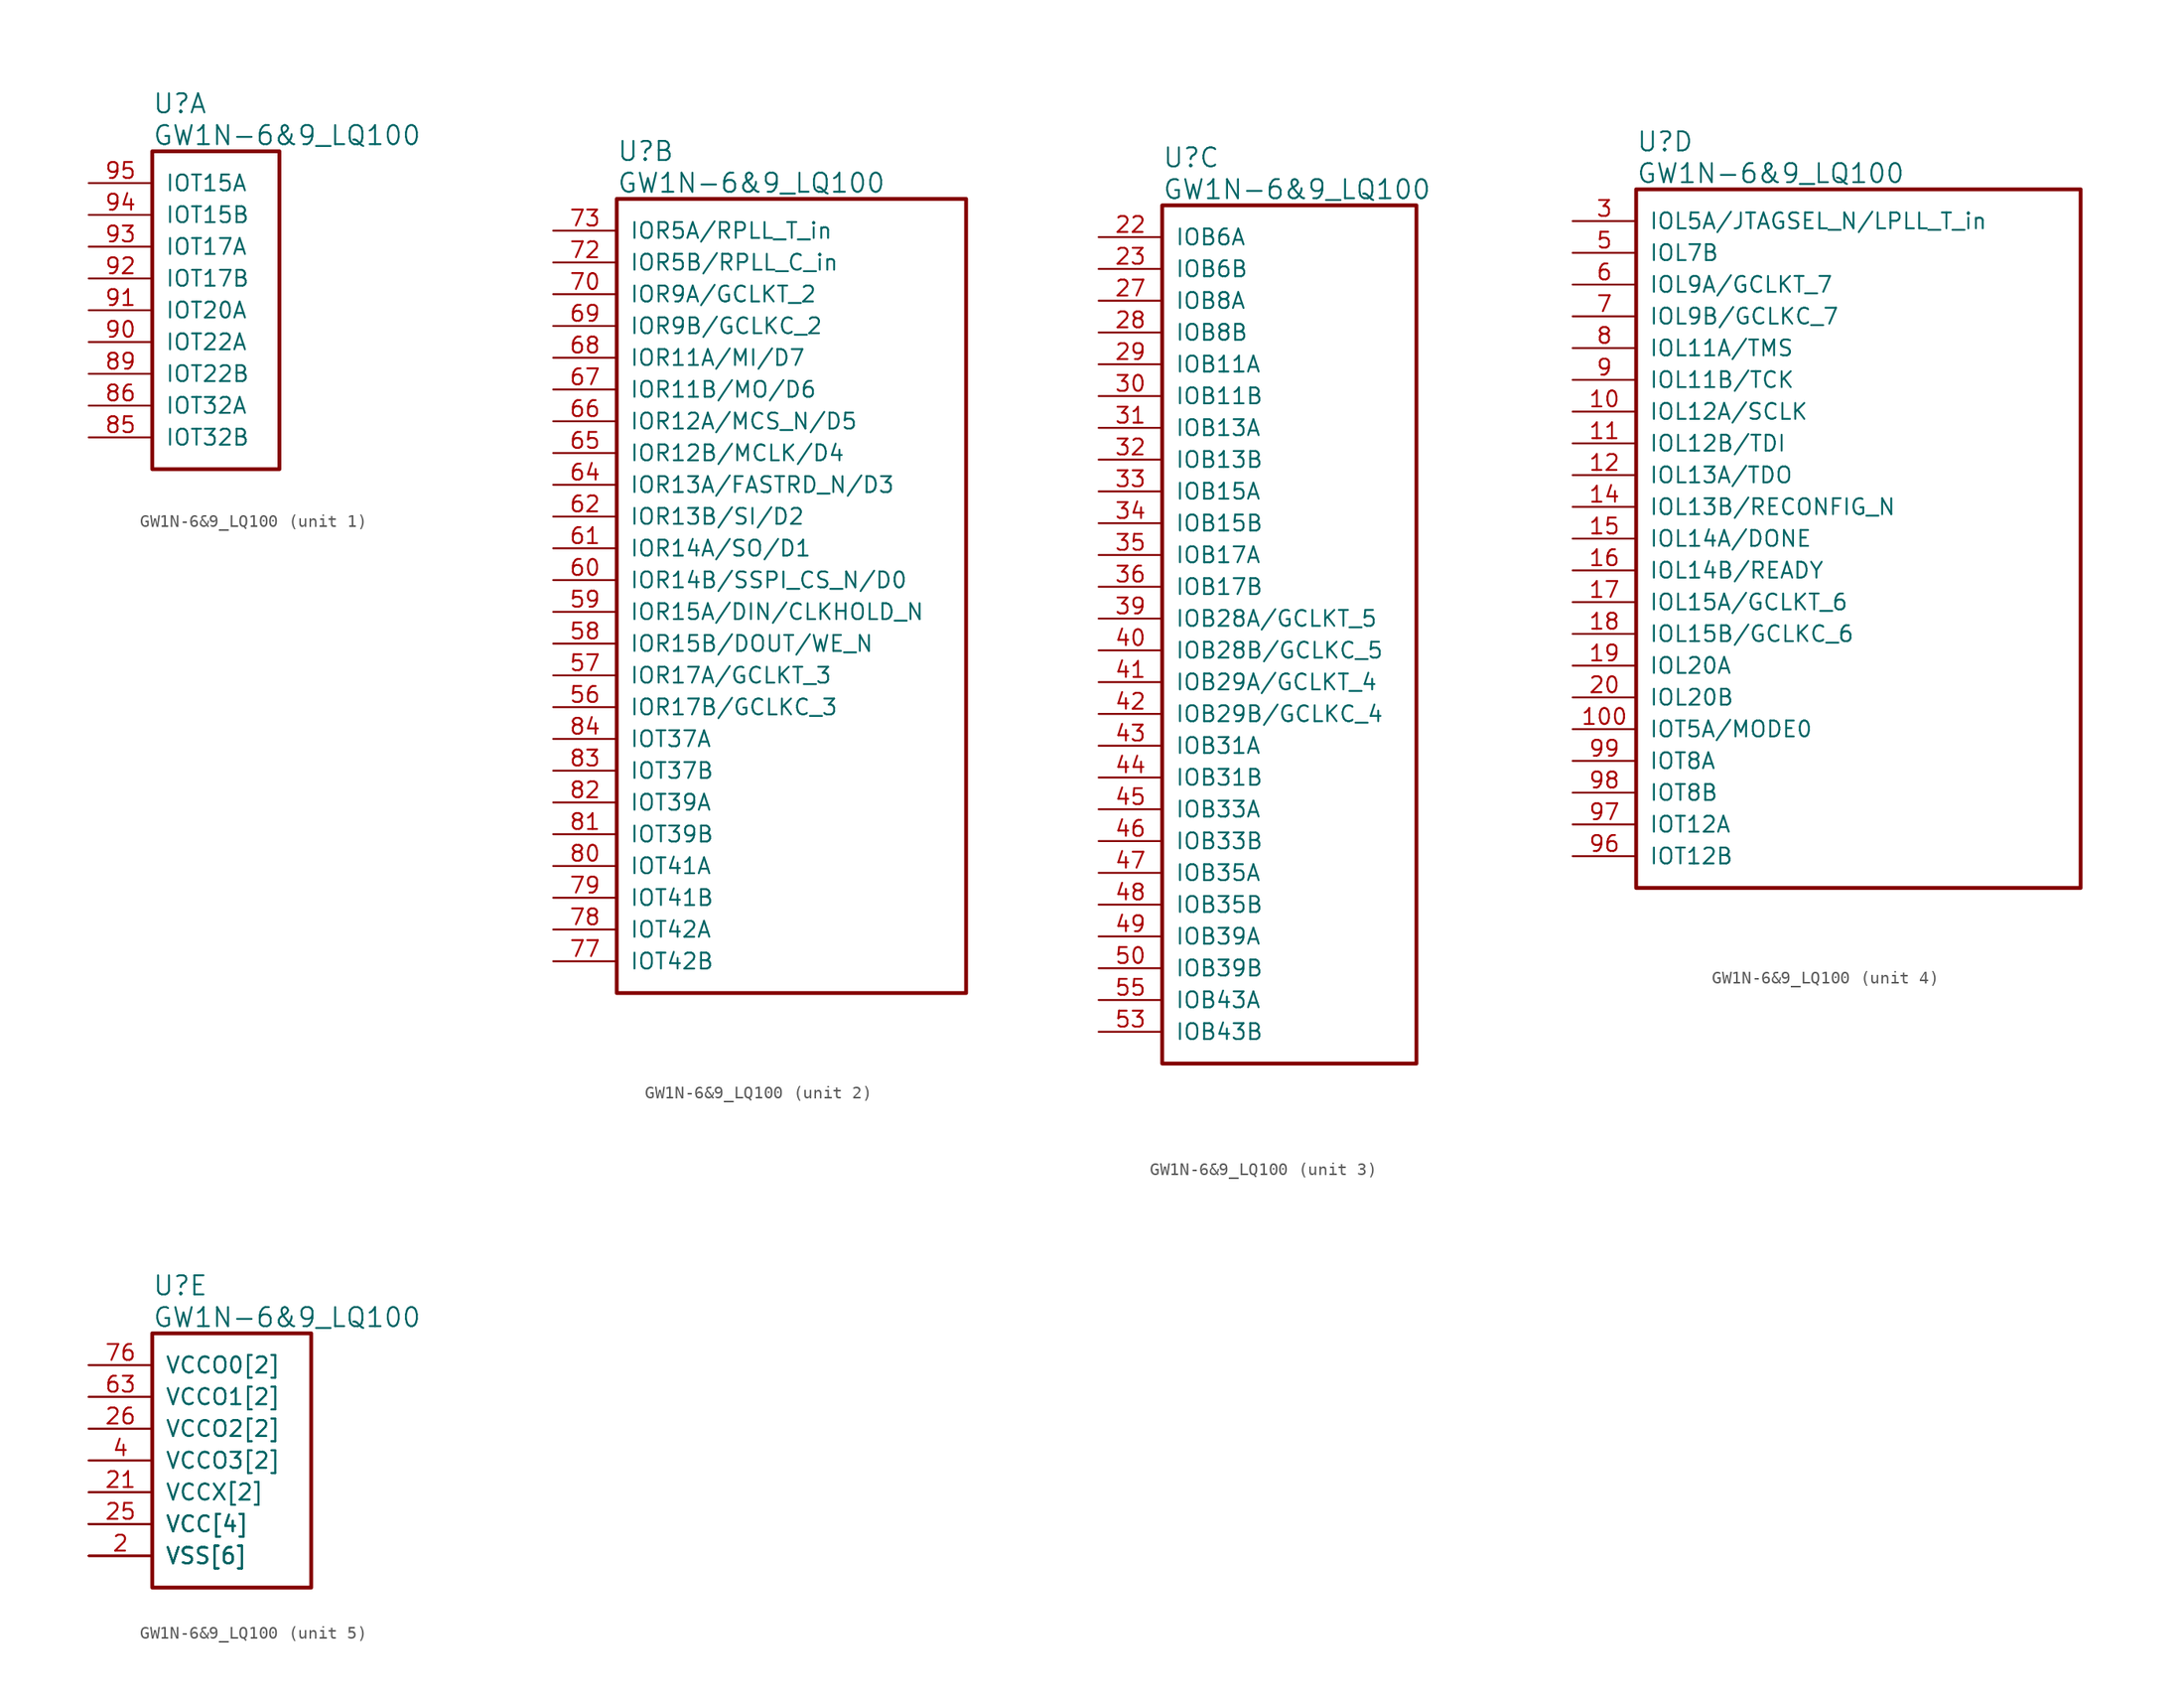
<source format=kicad_sym>
(kicad_symbol_lib
  (version 20211014)
  (generator kicad_symbol_editor)
  (symbol "GW1N-6&9_LQ100"
    (pin_names
      (offset 1.016))
    (property "Reference" "U"
      (at 5.08 6.35 0)
      (effects (font (size 1.524 1.524)) (justify left)))
    (property "Value" "GW1N-6&9_LQ100"
      (at 5.08 3.81 0)
      (effects (font (size 1.524 1.524)) (justify left)))
    (property "ki_locked" ""
      (at 0 0 0)
      (effects (font (size 1.27 1.27))))
    (symbol "GW1N-6&9_LQ100_1_1"
      (rectangle (start 5.08 2.54) (end 15.24 -22.86) (stroke (width 0.305) (type default) (color 0 0 0 0)) (fill (type none)))
      (pin bidirectional line (at 0 -20.32 0) (length 5.08) (name "IOT32B" (effects (font (size 1.27 1.27)))) (number "85" (effects (font (size 1.27 1.27)))))
      (pin bidirectional line (at 0 -17.78 0) (length 5.08) (name "IOT32A" (effects (font (size 1.27 1.27)))) (number "86" (effects (font (size 1.27 1.27)))))
      (pin bidirectional line (at 0 -15.24 0) (length 5.08) (name "IOT22B" (effects (font (size 1.27 1.27)))) (number "89" (effects (font (size 1.27 1.27)))))
      (pin bidirectional line (at 0 -12.7 0) (length 5.08) (name "IOT22A" (effects (font (size 1.27 1.27)))) (number "90" (effects (font (size 1.27 1.27)))))
      (pin bidirectional line (at 0 -10.16 0) (length 5.08) (name "IOT20A" (effects (font (size 1.27 1.27)))) (number "91" (effects (font (size 1.27 1.27)))))
      (pin bidirectional line (at 0 -7.62 0) (length 5.08) (name "IOT17B" (effects (font (size 1.27 1.27)))) (number "92" (effects (font (size 1.27 1.27)))))
      (pin bidirectional line (at 0 -5.08 0) (length 5.08) (name "IOT17A" (effects (font (size 1.27 1.27)))) (number "93" (effects (font (size 1.27 1.27)))))
      (pin bidirectional line (at 0 -2.54 0) (length 5.08) (name "IOT15B" (effects (font (size 1.27 1.27)))) (number "94" (effects (font (size 1.27 1.27)))))
      (pin bidirectional line (at 0 0 0) (length 5.08) (name "IOT15A" (effects (font (size 1.27 1.27)))) (number "95" (effects (font (size 1.27 1.27))))))
    (symbol "GW1N-6&9_LQ100_2_1"
      (rectangle (start 5.08 2.54) (end 33.02 -60.96) (stroke (width 0.305) (type default) (color 0 0 0 0)) (fill (type none)))
      (pin bidirectional line (at 0 -38.1 0) (length 5.08) (name "IOR17B/GCLKC_3" (effects (font (size 1.27 1.27)))) (number "56" (effects (font (size 1.27 1.27)))))
      (pin bidirectional line (at 0 -35.56 0) (length 5.08) (name "IOR17A/GCLKT_3" (effects (font (size 1.27 1.27)))) (number "57" (effects (font (size 1.27 1.27)))))
      (pin bidirectional line (at 0 -33.02 0) (length 5.08) (name "IOR15B/DOUT/WE_N" (effects (font (size 1.27 1.27)))) (number "58" (effects (font (size 1.27 1.27)))))
      (pin bidirectional line (at 0 -30.48 0) (length 5.08) (name "IOR15A/DIN/CLKHOLD_N" (effects (font (size 1.27 1.27)))) (number "59" (effects (font (size 1.27 1.27)))))
      (pin bidirectional line (at 0 -27.94 0) (length 5.08) (name "IOR14B/SSPI_CS_N/D0" (effects (font (size 1.27 1.27)))) (number "60" (effects (font (size 1.27 1.27)))))
      (pin bidirectional line (at 0 -25.4 0) (length 5.08) (name "IOR14A/SO/D1" (effects (font (size 1.27 1.27)))) (number "61" (effects (font (size 1.27 1.27)))))
      (pin bidirectional line (at 0 -22.86 0) (length 5.08) (name "IOR13B/SI/D2" (effects (font (size 1.27 1.27)))) (number "62" (effects (font (size 1.27 1.27)))))
      (pin bidirectional line (at 0 -20.32 0) (length 5.08) (name "IOR13A/FASTRD_N/D3" (effects (font (size 1.27 1.27)))) (number "64" (effects (font (size 1.27 1.27)))))
      (pin bidirectional line (at 0 -17.78 0) (length 5.08) (name "IOR12B/MCLK/D4" (effects (font (size 1.27 1.27)))) (number "65" (effects (font (size 1.27 1.27)))))
      (pin bidirectional line (at 0 -15.24 0) (length 5.08) (name "IOR12A/MCS_N/D5" (effects (font (size 1.27 1.27)))) (number "66" (effects (font (size 1.27 1.27)))))
      (pin bidirectional line (at 0 -12.7 0) (length 5.08) (name "IOR11B/MO/D6" (effects (font (size 1.27 1.27)))) (number "67" (effects (font (size 1.27 1.27)))))
      (pin bidirectional line (at 0 -10.16 0) (length 5.08) (name "IOR11A/MI/D7" (effects (font (size 1.27 1.27)))) (number "68" (effects (font (size 1.27 1.27)))))
      (pin bidirectional line (at 0 -7.62 0) (length 5.08) (name "IOR9B/GCLKC_2" (effects (font (size 1.27 1.27)))) (number "69" (effects (font (size 1.27 1.27)))))
      (pin bidirectional line (at 0 -5.08 0) (length 5.08) (name "IOR9A/GCLKT_2" (effects (font (size 1.27 1.27)))) (number "70" (effects (font (size 1.27 1.27)))))
      (pin bidirectional line (at 0 -2.54 0) (length 5.08) (name "IOR5B/RPLL_C_in" (effects (font (size 1.27 1.27)))) (number "72" (effects (font (size 1.27 1.27)))))
      (pin bidirectional line (at 0 0 0) (length 5.08) (name "IOR5A/RPLL_T_in" (effects (font (size 1.27 1.27)))) (number "73" (effects (font (size 1.27 1.27)))))
      (pin bidirectional line (at 0 -58.42 0) (length 5.08) (name "IOT42B" (effects (font (size 1.27 1.27)))) (number "77" (effects (font (size 1.27 1.27)))))
      (pin bidirectional line (at 0 -55.88 0) (length 5.08) (name "IOT42A" (effects (font (size 1.27 1.27)))) (number "78" (effects (font (size 1.27 1.27)))))
      (pin bidirectional line (at 0 -53.34 0) (length 5.08) (name "IOT41B" (effects (font (size 1.27 1.27)))) (number "79" (effects (font (size 1.27 1.27)))))
      (pin bidirectional line (at 0 -50.8 0) (length 5.08) (name "IOT41A" (effects (font (size 1.27 1.27)))) (number "80" (effects (font (size 1.27 1.27)))))
      (pin bidirectional line (at 0 -48.26 0) (length 5.08) (name "IOT39B" (effects (font (size 1.27 1.27)))) (number "81" (effects (font (size 1.27 1.27)))))
      (pin bidirectional line (at 0 -45.72 0) (length 5.08) (name "IOT39A" (effects (font (size 1.27 1.27)))) (number "82" (effects (font (size 1.27 1.27)))))
      (pin bidirectional line (at 0 -43.18 0) (length 5.08) (name "IOT37B" (effects (font (size 1.27 1.27)))) (number "83" (effects (font (size 1.27 1.27)))))
      (pin bidirectional line (at 0 -40.64 0) (length 5.08) (name "IOT37A" (effects (font (size 1.27 1.27)))) (number "84" (effects (font (size 1.27 1.27))))))
    (symbol "GW1N-6&9_LQ100_3_1"
      (rectangle (start 5.08 2.54) (end 25.4 -66.04) (stroke (width 0.305) (type default) (color 0 0 0 0)) (fill (type none)))
      (pin bidirectional line (at 0 0 0) (length 5.08) (name "IOB6A" (effects (font (size 1.27 1.27)))) (number "22" (effects (font (size 1.27 1.27)))))
      (pin bidirectional line (at 0 -2.54 0) (length 5.08) (name "IOB6B" (effects (font (size 1.27 1.27)))) (number "23" (effects (font (size 1.27 1.27)))))
      (pin bidirectional line (at 0 -5.08 0) (length 5.08) (name "IOB8A" (effects (font (size 1.27 1.27)))) (number "27" (effects (font (size 1.27 1.27)))))
      (pin bidirectional line (at 0 -7.62 0) (length 5.08) (name "IOB8B" (effects (font (size 1.27 1.27)))) (number "28" (effects (font (size 1.27 1.27)))))
      (pin bidirectional line (at 0 -10.16 0) (length 5.08) (name "IOB11A" (effects (font (size 1.27 1.27)))) (number "29" (effects (font (size 1.27 1.27)))))
      (pin bidirectional line (at 0 -12.7 0) (length 5.08) (name "IOB11B" (effects (font (size 1.27 1.27)))) (number "30" (effects (font (size 1.27 1.27)))))
      (pin bidirectional line (at 0 -15.24 0) (length 5.08) (name "IOB13A" (effects (font (size 1.27 1.27)))) (number "31" (effects (font (size 1.27 1.27)))))
      (pin bidirectional line (at 0 -17.78 0) (length 5.08) (name "IOB13B" (effects (font (size 1.27 1.27)))) (number "32" (effects (font (size 1.27 1.27)))))
      (pin bidirectional line (at 0 -20.32 0) (length 5.08) (name "IOB15A" (effects (font (size 1.27 1.27)))) (number "33" (effects (font (size 1.27 1.27)))))
      (pin bidirectional line (at 0 -22.86 0) (length 5.08) (name "IOB15B" (effects (font (size 1.27 1.27)))) (number "34" (effects (font (size 1.27 1.27)))))
      (pin bidirectional line (at 0 -25.4 0) (length 5.08) (name "IOB17A" (effects (font (size 1.27 1.27)))) (number "35" (effects (font (size 1.27 1.27)))))
      (pin bidirectional line (at 0 -27.94 0) (length 5.08) (name "IOB17B" (effects (font (size 1.27 1.27)))) (number "36" (effects (font (size 1.27 1.27)))))
      (pin bidirectional line (at 0 -30.48 0) (length 5.08) (name "IOB28A/GCLKT_5" (effects (font (size 1.27 1.27)))) (number "39" (effects (font (size 1.27 1.27)))))
      (pin bidirectional line (at 0 -33.02 0) (length 5.08) (name "IOB28B/GCLKC_5" (effects (font (size 1.27 1.27)))) (number "40" (effects (font (size 1.27 1.27)))))
      (pin bidirectional line (at 0 -35.56 0) (length 5.08) (name "IOB29A/GCLKT_4" (effects (font (size 1.27 1.27)))) (number "41" (effects (font (size 1.27 1.27)))))
      (pin bidirectional line (at 0 -38.1 0) (length 5.08) (name "IOB29B/GCLKC_4" (effects (font (size 1.27 1.27)))) (number "42" (effects (font (size 1.27 1.27)))))
      (pin bidirectional line (at 0 -40.64 0) (length 5.08) (name "IOB31A" (effects (font (size 1.27 1.27)))) (number "43" (effects (font (size 1.27 1.27)))))
      (pin bidirectional line (at 0 -43.18 0) (length 5.08) (name "IOB31B" (effects (font (size 1.27 1.27)))) (number "44" (effects (font (size 1.27 1.27)))))
      (pin bidirectional line (at 0 -45.72 0) (length 5.08) (name "IOB33A" (effects (font (size 1.27 1.27)))) (number "45" (effects (font (size 1.27 1.27)))))
      (pin bidirectional line (at 0 -48.26 0) (length 5.08) (name "IOB33B" (effects (font (size 1.27 1.27)))) (number "46" (effects (font (size 1.27 1.27)))))
      (pin bidirectional line (at 0 -50.8 0) (length 5.08) (name "IOB35A" (effects (font (size 1.27 1.27)))) (number "47" (effects (font (size 1.27 1.27)))))
      (pin bidirectional line (at 0 -53.34 0) (length 5.08) (name "IOB35B" (effects (font (size 1.27 1.27)))) (number "48" (effects (font (size 1.27 1.27)))))
      (pin bidirectional line (at 0 -55.88 0) (length 5.08) (name "IOB39A" (effects (font (size 1.27 1.27)))) (number "49" (effects (font (size 1.27 1.27)))))
      (pin bidirectional line (at 0 -58.42 0) (length 5.08) (name "IOB39B" (effects (font (size 1.27 1.27)))) (number "50" (effects (font (size 1.27 1.27)))))
      (pin bidirectional line (at 0 -63.5 0) (length 5.08) (name "IOB43B" (effects (font (size 1.27 1.27)))) (number "53" (effects (font (size 1.27 1.27)))))
      (pin bidirectional line (at 0 -60.96 0) (length 5.08) (name "IOB43A" (effects (font (size 1.27 1.27)))) (number "55" (effects (font (size 1.27 1.27))))))
    (symbol "GW1N-6&9_LQ100_4_1"
      (rectangle (start 5.08 2.54) (end 40.64 -53.34) (stroke (width 0.305) (type default) (color 0 0 0 0)) (fill (type none)))
      (pin bidirectional line (at 0 -15.24 0) (length 5.08) (name "IOL12A/SCLK" (effects (font (size 1.27 1.27)))) (number "10" (effects (font (size 1.27 1.27)))))
      (pin bidirectional line (at 0 -40.64 0) (length 5.08) (name "IOT5A/MODE0" (effects (font (size 1.27 1.27)))) (number "100" (effects (font (size 1.27 1.27)))))
      (pin bidirectional line (at 0 -17.78 0) (length 5.08) (name "IOL12B/TDI" (effects (font (size 1.27 1.27)))) (number "11" (effects (font (size 1.27 1.27)))))
      (pin bidirectional line (at 0 -20.32 0) (length 5.08) (name "IOL13A/TDO" (effects (font (size 1.27 1.27)))) (number "12" (effects (font (size 1.27 1.27)))))
      (pin bidirectional line (at 0 -22.86 0) (length 5.08) (name "IOL13B/RECONFIG_N" (effects (font (size 1.27 1.27)))) (number "14" (effects (font (size 1.27 1.27)))))
      (pin bidirectional line (at 0 -25.4 0) (length 5.08) (name "IOL14A/DONE" (effects (font (size 1.27 1.27)))) (number "15" (effects (font (size 1.27 1.27)))))
      (pin bidirectional line (at 0 -27.94 0) (length 5.08) (name "IOL14B/READY" (effects (font (size 1.27 1.27)))) (number "16" (effects (font (size 1.27 1.27)))))
      (pin bidirectional line (at 0 -30.48 0) (length 5.08) (name "IOL15A/GCLKT_6" (effects (font (size 1.27 1.27)))) (number "17" (effects (font (size 1.27 1.27)))))
      (pin bidirectional line (at 0 -33.02 0) (length 5.08) (name "IOL15B/GCLKC_6" (effects (font (size 1.27 1.27)))) (number "18" (effects (font (size 1.27 1.27)))))
      (pin bidirectional line (at 0 -35.56 0) (length 5.08) (name "IOL20A" (effects (font (size 1.27 1.27)))) (number "19" (effects (font (size 1.27 1.27)))))
      (pin bidirectional line (at 0 -38.1 0) (length 5.08) (name "IOL20B" (effects (font (size 1.27 1.27)))) (number "20" (effects (font (size 1.27 1.27)))))
      (pin bidirectional line (at 0 0 0) (length 5.08) (name "IOL5A/JTAGSEL_N/LPLL_T_in" (effects (font (size 1.27 1.27)))) (number "3" (effects (font (size 1.27 1.27)))))
      (pin bidirectional line (at 0 -2.54 0) (length 5.08) (name "IOL7B" (effects (font (size 1.27 1.27)))) (number "5" (effects (font (size 1.27 1.27)))))
      (pin bidirectional line (at 0 -5.08 0) (length 5.08) (name "IOL9A/GCLKT_7" (effects (font (size 1.27 1.27)))) (number "6" (effects (font (size 1.27 1.27)))))
      (pin bidirectional line (at 0 -7.62 0) (length 5.08) (name "IOL9B/GCLKC_7" (effects (font (size 1.27 1.27)))) (number "7" (effects (font (size 1.27 1.27)))))
      (pin bidirectional line (at 0 -10.16 0) (length 5.08) (name "IOL11A/TMS" (effects (font (size 1.27 1.27)))) (number "8" (effects (font (size 1.27 1.27)))))
      (pin bidirectional line (at 0 -12.7 0) (length 5.08) (name "IOL11B/TCK" (effects (font (size 1.27 1.27)))) (number "9" (effects (font (size 1.27 1.27)))))
      (pin bidirectional line (at 0 -50.8 0) (length 5.08) (name "IOT12B" (effects (font (size 1.27 1.27)))) (number "96" (effects (font (size 1.27 1.27)))))
      (pin bidirectional line (at 0 -48.26 0) (length 5.08) (name "IOT12A" (effects (font (size 1.27 1.27)))) (number "97" (effects (font (size 1.27 1.27)))))
      (pin bidirectional line (at 0 -45.72 0) (length 5.08) (name "IOT8B" (effects (font (size 1.27 1.27)))) (number "98" (effects (font (size 1.27 1.27)))))
      (pin bidirectional line (at 0 -43.18 0) (length 5.08) (name "IOT8A" (effects (font (size 1.27 1.27)))) (number "99" (effects (font (size 1.27 1.27))))))
    (symbol "GW1N-6&9_LQ100_5_1"
      (rectangle (start 5.08 2.54) (end 17.78 -17.78) (stroke (width 0.305) (type default) (color 0 0 0 0)) (fill (type none)))
      (pin power_in line (at 0 -12.7 0) (length 5.08) (name "VCC[4]" (effects (font (size 1.27 1.27)))) (number "1" (effects (font (size 0 0)))))
      (pin power_in line (at 0 -7.62 0) (length 5.08) (name "VCCO3[2]" (effects (font (size 1.27 1.27)))) (number "13" (effects (font (size 0 0)))))
      (pin power_in line (at 0 -15.24 0) (length 5.08) (name "VSS[6]" (effects (font (size 1.27 1.27)))) (number "2" (effects (font (size 1.27 1.27)))))
      (pin power_in line (at 0 -10.16 0) (length 5.08) (name "VCCX[2]" (effects (font (size 1.27 1.27)))) (number "21" (effects (font (size 1.27 1.27)))))
      (pin power_in line (at 0 -15.24 0) (length 5.08) (name "VSS[6]" (effects (font (size 1.27 1.27)))) (number "24" (effects (font (size 0 0)))))
      (pin power_in line (at 0 -12.7 0) (length 5.08) (name "VCC[4]" (effects (font (size 1.27 1.27)))) (number "25" (effects (font (size 1.27 1.27)))))
      (pin power_in line (at 0 -5.08 0) (length 5.08) (name "VCCO2[2]" (effects (font (size 1.27 1.27)))) (number "26" (effects (font (size 1.27 1.27)))))
      (pin power_in line (at 0 -15.24 0) (length 5.08) (name "VSS[6]" (effects (font (size 1.27 1.27)))) (number "37" (effects (font (size 0 0)))))
      (pin power_in line (at 0 -5.08 0) (length 5.08) (name "VCCO2[2]" (effects (font (size 1.27 1.27)))) (number "38" (effects (font (size 0 0)))))
      (pin power_in line (at 0 -7.62 0) (length 5.08) (name "VCCO3[2]" (effects (font (size 1.27 1.27)))) (number "4" (effects (font (size 1.27 1.27)))))
      (pin power_in line (at 0 -12.7 0) (length 5.08) (name "VCC[4]" (effects (font (size 1.27 1.27)))) (number "51" (effects (font (size 0 0)))))
      (pin power_in line (at 0 -15.24 0) (length 5.08) (name "VSS[6]" (effects (font (size 1.27 1.27)))) (number "52" (effects (font (size 0 0)))))
      (pin power_in line (at 0 -10.16 0) (length 5.08) (name "VCCX[2]" (effects (font (size 1.27 1.27)))) (number "54" (effects (font (size 0 0)))))
      (pin power_in line (at 0 -2.54 0) (length 5.08) (name "VCCO1[2]" (effects (font (size 1.27 1.27)))) (number "63" (effects (font (size 1.27 1.27)))))
      (pin power_in line (at 0 -2.54 0) (length 5.08) (name "VCCO1[2]" (effects (font (size 1.27 1.27)))) (number "71" (effects (font (size 0 0)))))
      (pin power_in line (at 0 -15.24 0) (length 5.08) (name "VSS[6]" (effects (font (size 1.27 1.27)))) (number "74" (effects (font (size 0 0)))))
      (pin power_in line (at 0 -12.7 0) (length 5.08) (name "VCC[4]" (effects (font (size 1.27 1.27)))) (number "75" (effects (font (size 0 0)))))
      (pin power_in line (at 0 0 0) (length 5.08) (name "VCCO0[2]" (effects (font (size 1.27 1.27)))) (number "76" (effects (font (size 1.27 1.27)))))
      (pin power_in line (at 0 -15.24 0) (length 5.08) (name "VSS[6]" (effects (font (size 1.27 1.27)))) (number "87" (effects (font (size 0 0)))))
      (pin power_in line (at 0 0 0) (length 5.08) (name "VCCO0[2]" (effects (font (size 1.27 1.27)))) (number "88" (effects (font (size 0 0))))))))
</source>
